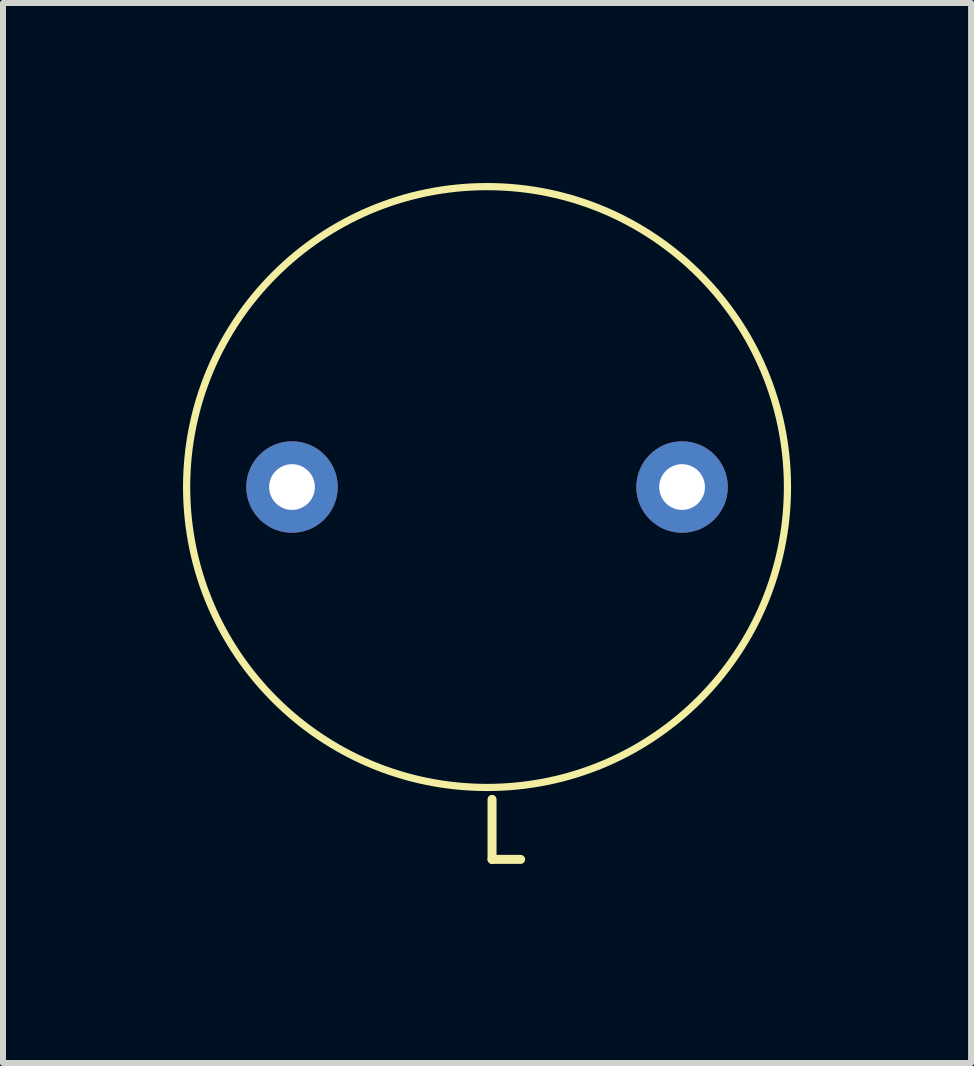
<source format=kicad_pcb>
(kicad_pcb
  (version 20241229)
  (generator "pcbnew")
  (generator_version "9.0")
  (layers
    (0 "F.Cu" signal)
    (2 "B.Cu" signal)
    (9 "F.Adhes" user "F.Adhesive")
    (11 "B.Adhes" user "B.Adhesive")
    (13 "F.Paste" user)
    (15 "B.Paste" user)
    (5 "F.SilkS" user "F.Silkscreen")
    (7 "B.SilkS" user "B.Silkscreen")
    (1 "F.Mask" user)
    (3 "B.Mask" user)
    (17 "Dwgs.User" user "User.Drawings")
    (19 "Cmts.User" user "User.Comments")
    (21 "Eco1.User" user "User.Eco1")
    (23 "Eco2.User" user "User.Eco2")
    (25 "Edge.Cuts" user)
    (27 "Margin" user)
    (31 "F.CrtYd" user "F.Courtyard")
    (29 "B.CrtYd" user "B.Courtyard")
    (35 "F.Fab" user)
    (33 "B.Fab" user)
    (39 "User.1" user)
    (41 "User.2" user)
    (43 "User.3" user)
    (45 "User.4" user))
  (footprint "L"
    (layer "F.Cu")
    (at 5.066 5.066)
    (property "Reference" "L" (at 0.25 5.75 0) (layer "F.SilkS") (effects (font (size 1 1) (thickness 0.15))))
    (attr through_hole)
    (fp_circle (center 0 0) (end 0.25 5) (stroke (width 0.12) (type solid)) (fill no) (layer "F.SilkS"))
    (pad "1" thru_hole circle (at 3.25 0) (size 1.524 1.524) (drill 0.762) (layers "*.Cu" "*.Mask"))
    (pad "2" thru_hole circle (at -3.25 0) (size 1.524 1.524) (drill 0.762) (layers "*.Cu" "*.Mask")))
  (gr_rect
    (start -3 -3)
    (end 13.132 14.664)
    (stroke (width 0.1) (type default))
    (fill no)
    (layer "Edge.Cuts")))
</source>
